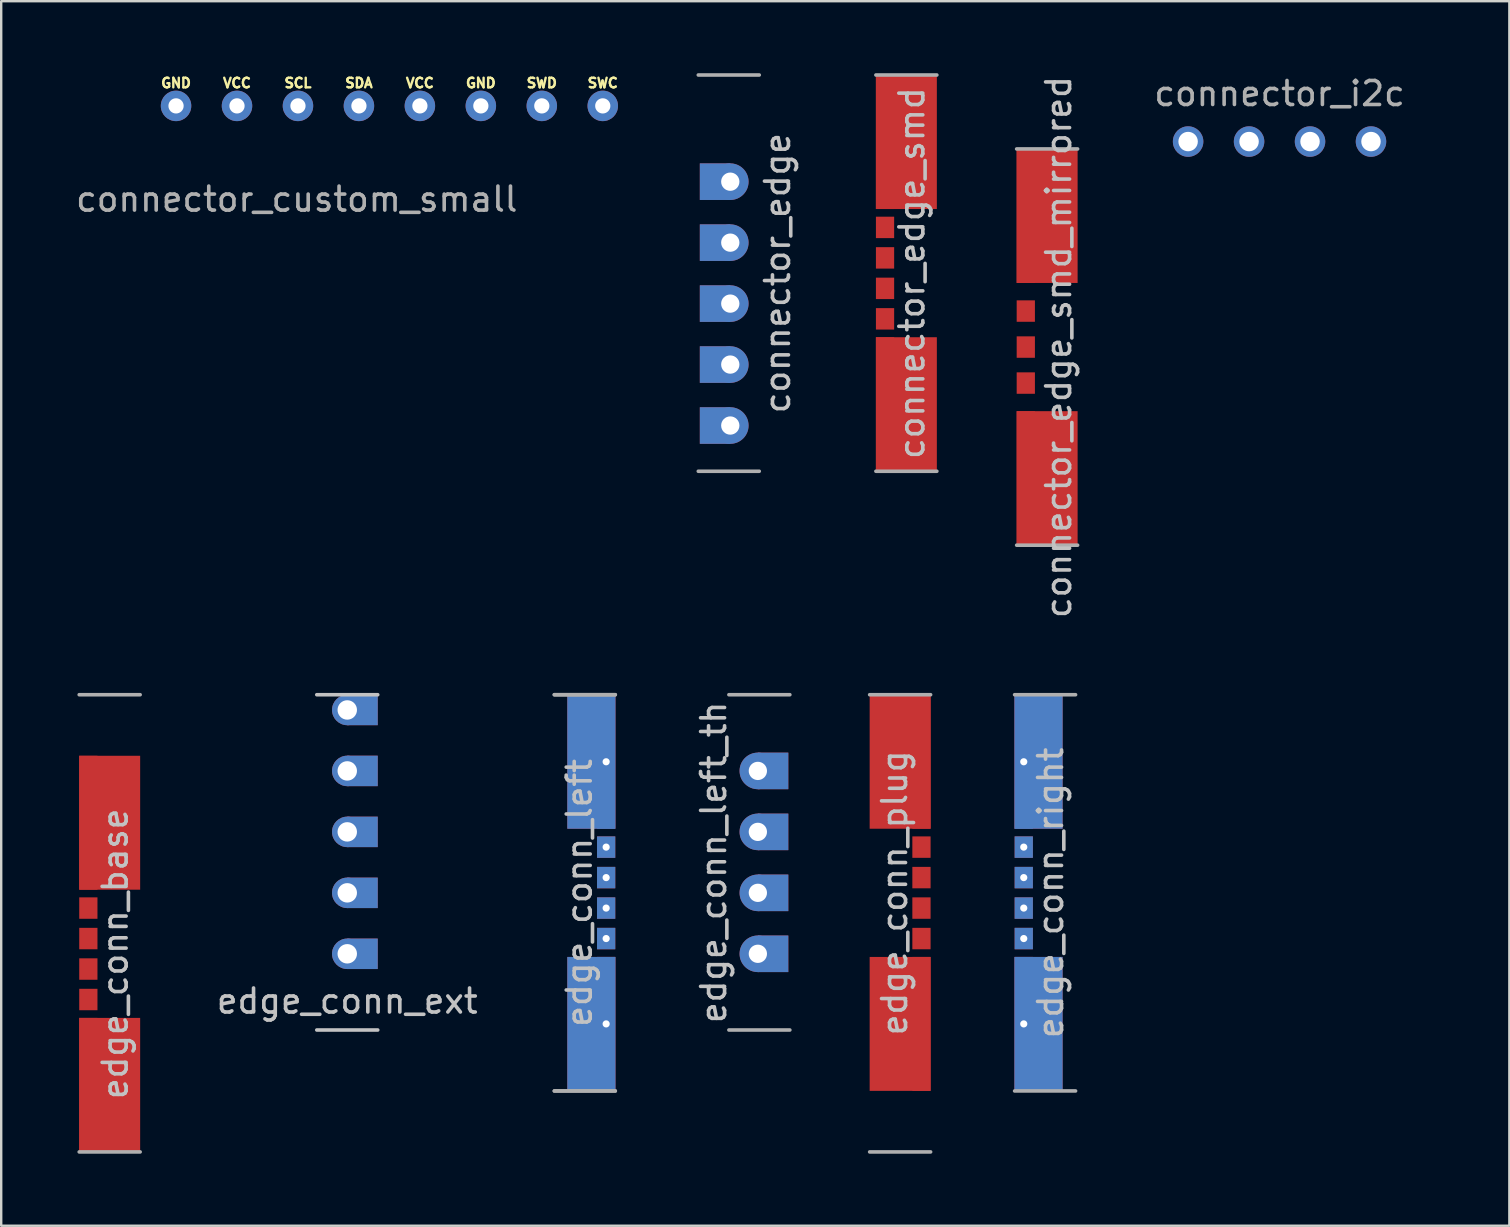
<source format=kicad_pcb>
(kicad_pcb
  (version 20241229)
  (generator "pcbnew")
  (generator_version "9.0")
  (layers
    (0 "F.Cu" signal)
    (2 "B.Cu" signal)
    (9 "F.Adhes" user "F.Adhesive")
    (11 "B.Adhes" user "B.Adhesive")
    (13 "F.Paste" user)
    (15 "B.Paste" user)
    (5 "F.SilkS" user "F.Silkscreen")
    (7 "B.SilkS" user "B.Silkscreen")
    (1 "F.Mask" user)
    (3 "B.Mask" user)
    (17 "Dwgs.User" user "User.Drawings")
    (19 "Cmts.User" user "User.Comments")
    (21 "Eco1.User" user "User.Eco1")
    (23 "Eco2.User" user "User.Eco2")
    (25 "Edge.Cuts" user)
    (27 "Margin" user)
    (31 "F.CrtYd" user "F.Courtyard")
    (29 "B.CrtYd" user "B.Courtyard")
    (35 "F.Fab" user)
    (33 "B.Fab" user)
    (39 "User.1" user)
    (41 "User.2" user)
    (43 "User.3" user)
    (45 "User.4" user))
  (footprint "connector_i2c"
    (layer "F.Cu")
    (at 50.264 2.848)
    (property "Reference" "connector_i2c" (at 0 -2 0) (layer "F.Fab") (effects (font (size 1 1) (thickness 0.15))))
    (attr through_hole)
    (fp_text user "" (at 6.35 0 0) (layer "F.SilkS") (effects (font (size 1 1) (thickness 0.15))))
    (pad "1" thru_hole circle (at -3.81 0) (size 1.27 1.27) (drill 0.81) (layers "*.Cu" "*.Mask"))
    (pad "2" thru_hole circle (at -1.27 0) (size 1.27 1.27) (drill 0.81) (layers "*.Cu" "*.Mask"))
    (pad "3" thru_hole circle (at 1.27 0) (size 1.27 1.27) (drill 0.81) (layers "*.Cu" "*.Mask"))
    (pad "4" thru_hole circle (at 3.81 0) (size 1.27 1.27) (drill 0.81) (layers "*.Cu" "*.Mask")))
  (footprint "connector_edge"
    (layer "F.Cu")
    (at 26.045 8.33)
    (property "Reference" "connector_edge" (at 3.302 0 90) (layer "Dwgs.User") (effects (font (size 1 1) (thickness 0.15))))
    (attr through_hole)
    (fp_line (start 0 -8.255) (end 2.54 -8.255) (stroke (width 0.15) (type solid)) (layer "F.Fab"))
    (fp_line (start 2.54 8.255) (end 0 8.255) (stroke (width 0.15) (type solid)) (layer "F.Fab"))
    (pad "1" smd rect (at 0.699 -3.81) (size 1.27 1.524) (layers "F.Cu" "F.Mask"))
    (pad "1" smd rect (at 0.699 -3.81) (size 1.27 1.524) (layers "B.Cu" "B.Mask"))
    (pad "1" thru_hole circle (at 1.333 -3.81) (size 1.524 1.524) (drill 0.762) (layers "*.Cu" "*.Mask"))
    (pad "2" smd rect (at 0.699 -1.27) (size 1.27 1.524) (layers "F.Cu" "F.Mask"))
    (pad "2" smd rect (at 0.699 -1.27) (size 1.27 1.524) (layers "B.Cu" "B.Mask"))
    (pad "2" thru_hole circle (at 1.333 -1.27) (size 1.524 1.524) (drill 0.762) (layers "*.Cu" "*.Mask"))
    (pad "3" smd rect (at 0.699 1.27) (size 1.27 1.524) (layers "F.Cu" "F.Mask"))
    (pad "3" smd rect (at 0.699 1.27) (size 1.27 1.524) (layers "B.Cu" "B.Mask"))
    (pad "3" thru_hole circle (at 1.333 1.27) (size 1.524 1.524) (drill 0.762) (layers "*.Cu" "*.Mask"))
    (pad "4" smd rect (at 0.699 3.81) (size 1.27 1.524) (layers "F.Cu" "F.Mask"))
    (pad "4" smd rect (at 0.699 3.81) (size 1.27 1.524) (layers "B.Cu" "B.Mask"))
    (pad "4" thru_hole circle (at 1.333 3.81) (size 1.524 1.524) (drill 0.762) (layers "*.Cu" "*.Mask"))
    (pad "5" smd rect (at 0.699 6.35) (size 1.27 1.524) (layers "F.Cu" "F.Mask"))
    (pad "5" smd rect (at 0.699 6.35) (size 1.27 1.524) (layers "B.Cu" "B.Mask"))
    (pad "5" thru_hole circle (at 1.333 6.35) (size 1.524 1.524) (drill 0.762) (layers "*.Cu" "*.Mask")))
  (footprint "edge_conn_right"
    (layer "F.Cu")
    (at 39.225 34.151)
    (property "Reference" "edge_conn_right" (at 1.5 0 90) (layer "Dwgs.User") (effects (font (size 1 1) (thickness 0.15))))
    (attr through_hole)
    (fp_line (start 0 -8.255) (end 2.54 -8.255) (stroke (width 0.15) (type solid)) (layer "F.Fab"))
    (fp_line (start 2.54 8.255) (end 0 8.255) (stroke (width 0.15) (type solid)) (layer "F.Fab"))
    (pad "1" thru_hole rect (at 0.381 -5.461) (size 0.76 5.58) (drill 0.3) (layers "*.Cu" "*.Mask"))
    (pad "1" thru_hole rect (at 0.381 5.461) (size 0.76 5.58) (drill 0.3) (layers "*.Cu" "*.Mask"))
    (pad "1" smd rect (at 1 -5.461) (size 2 5.58) (layers "F.Cu"))
    (pad "1" smd rect (at 1 -5.461) (size 2 5.58) (layers "B.Cu"))
    (pad "1" smd rect (at 1 5.461) (size 2 5.58) (layers "F.Cu"))
    (pad "1" smd rect (at 1 5.461) (size 2 5.58) (layers "B.Cu"))
    (pad "2" thru_hole rect (at 0.381 -1.905) (size 0.76 0.893) (drill 0.3) (layers "*.Cu" "*.Mask"))
    (pad "3" thru_hole rect (at 0.381 -0.635) (size 0.76 0.893) (drill 0.3) (layers "*.Cu" "*.Mask"))
    (pad "4" thru_hole rect (at 0.381 0.635) (size 0.76 0.893) (drill 0.3) (layers "*.Cu" "*.Mask"))
    (pad "5" thru_hole rect (at 0.381 1.905) (size 0.76 0.893) (drill 0.3) (layers "*.Cu" "*.Mask")))
  (footprint "edge_conn_ext"
    (layer "F.Cu")
    (at 12.689 32.881)
    (property "Reference" "edge_conn_ext" (at -1.27 5.779 180) (layer "Dwgs.User") (effects (font (size 1 1) (thickness 0.15))))
    (attr through_hole)
    (fp_line (start -2.54 -6.985) (end 0 -6.985) (stroke (width 0.15) (type solid)) (layer "Dwgs.User"))
    (fp_line (start 0 6.985) (end -2.54 6.985) (stroke (width 0.15) (type solid)) (layer "Dwgs.User"))
    (pad "1" thru_hole circle (at -1.27 -6.35 180) (size 1.27 1.27) (drill 0.81) (layers "*.Cu" "*.Mask"))
    (pad "1" smd rect (at -0.635 -6.35 180) (size 1.27 1.27) (layers "F.Cu" "F.Mask"))
    (pad "1" smd rect (at -0.635 -6.35 180) (size 1.27 1.27) (layers "B.Cu" "B.Mask"))
    (pad "2" thru_hole circle (at -1.27 -3.81 180) (size 1.27 1.27) (drill 0.81) (layers "*.Cu" "*.Mask"))
    (pad "2" smd rect (at -0.635 -3.81 180) (size 1.27 1.27) (layers "F.Cu" "F.Mask"))
    (pad "2" smd rect (at -0.635 -3.81 180) (size 1.27 1.27) (layers "B.Cu" "B.Mask"))
    (pad "3" thru_hole circle (at -1.27 -1.27 180) (size 1.27 1.27) (drill 0.81) (layers "*.Cu" "*.Mask"))
    (pad "3" smd rect (at -0.635 -1.27 180) (size 1.27 1.27) (layers "F.Cu" "F.Mask"))
    (pad "3" smd rect (at -0.635 -1.27 180) (size 1.27 1.27) (layers "B.Cu" "B.Mask"))
    (pad "4" thru_hole circle (at -1.27 1.27 180) (size 1.27 1.27) (drill 0.81) (layers "*.Cu" "*.Mask"))
    (pad "4" smd rect (at -0.635 1.27 180) (size 1.27 1.27) (layers "F.Cu" "F.Mask"))
    (pad "4" smd rect (at -0.635 1.27 180) (size 1.27 1.27) (layers "B.Cu" "B.Mask"))
    (pad "5" thru_hole circle (at -1.27 3.81 180) (size 1.27 1.27) (drill 0.81) (layers "*.Cu" "*.Mask"))
    (pad "5" smd rect (at -0.635 3.81 180) (size 1.27 1.27) (layers "F.Cu" "F.Mask"))
    (pad "5" smd rect (at -0.635 3.81 180) (size 1.27 1.27) (layers "B.Cu" "B.Mask")))
  (footprint "edge_conn_plug"
    (layer "F.Cu")
    (at 35.725 34.151)
    (property "Reference" "edge_conn_plug" (at -1.5 0 90) (layer "Dwgs.User") (effects (font (size 1 1) (thickness 0.15))))
    (attr through_hole)
    (fp_line (start -2.54 10.795) (end 0 10.795) (stroke (width 0.15) (type solid)) (layer "F.Fab"))
    (fp_line (start 0 -8.255) (end -2.54 -8.255) (stroke (width 0.15) (type solid)) (layer "F.Fab"))
    (pad "1" smd rect (at -1.27 -5.461) (size 2.54 5.58) (layers "F.Cu"))
    (pad "1" smd rect (at -1.27 5.461) (size 2.54 5.58) (layers "F.Cu"))
    (pad "1" smd rect (at -0.381 -5.461) (size 0.76 5.58) (layers "F.Cu" "F.Mask"))
    (pad "1" smd rect (at -0.381 5.461) (size 0.76 5.58) (layers "F.Cu" "F.Mask"))
    (pad "2" smd rect (at -0.381 -1.905) (size 0.76 0.893) (layers "F.Cu" "F.Mask"))
    (pad "3" smd rect (at -0.381 -0.635) (size 0.76 0.893) (layers "F.Cu" "F.Mask"))
    (pad "4" smd rect (at -0.381 0.635) (size 0.76 0.893) (layers "F.Cu" "F.Mask"))
    (pad "5" smd rect (at -0.381 1.905) (size 0.76 0.893) (layers "F.Cu" "F.Mask")))
  (footprint "edge_conn_base"
    (layer "F.Cu")
    (at 0.25 36.691)
    (property "Reference" "edge_conn_base" (at 1.5 0 90) (layer "Dwgs.User") (effects (font (size 1 1) (thickness 0.15))))
    (attr through_hole)
    (fp_line (start 0 -10.795) (end 2.54 -10.795) (stroke (width 0.15) (type solid)) (layer "F.Fab"))
    (fp_line (start 2.54 8.255) (end 0 8.255) (stroke (width 0.15) (type solid)) (layer "F.Fab"))
    (pad "1" smd rect (at 0.381 -5.461) (size 0.76 5.58) (layers "F.Cu" "F.Mask"))
    (pad "1" smd rect (at 0.381 5.461) (size 0.76 5.58) (layers "F.Cu" "F.Mask"))
    (pad "1" smd rect (at 1.27 -5.461) (size 2.54 5.58) (layers "F.Cu"))
    (pad "1" smd rect (at 1.27 5.461) (size 2.54 5.58) (layers "F.Cu"))
    (pad "2" smd rect (at 0.381 -1.905) (size 0.76 0.893) (layers "F.Cu" "F.Mask"))
    (pad "3" smd rect (at 0.381 -0.635) (size 0.76 0.893) (layers "F.Cu" "F.Mask"))
    (pad "4" smd rect (at 0.381 0.635) (size 0.76 0.893) (layers "F.Cu" "F.Mask"))
    (pad "5" smd rect (at 0.381 1.905) (size 0.76 0.893) (layers "F.Cu" "F.Mask")))
  (footprint "edge_conn_left"
    (layer "F.Cu")
    (at 22.587 34.151)
    (property "Reference" "edge_conn_left" (at -1.5 0 90) (layer "Dwgs.User") (effects (font (size 1 1) (thickness 0.15))))
    (attr through_hole)
    (fp_line (start -2.54 8.255) (end 0 8.255) (stroke (width 0.15) (type solid)) (layer "F.Fab"))
    (fp_line (start -2.54 8.255) (end 0 8.255) (stroke (width 0.15) (type solid)) (layer "F.Fab"))
    (fp_line (start 0 -8.255) (end -2.54 -8.255) (stroke (width 0.15) (type solid)) (layer "F.Fab"))
    (fp_line (start 0 -8.255) (end -2.54 -8.255) (stroke (width 0.15) (type solid)) (layer "F.Fab"))
    (pad "1" smd rect (at -1 -5.461) (size 2 5.58) (layers "F.Cu"))
    (pad "1" smd rect (at -1 -5.461) (size 2 5.58) (layers "B.Cu"))
    (pad "1" smd rect (at -1 5.461) (size 2 5.58) (layers "F.Cu"))
    (pad "1" smd rect (at -1 5.461) (size 2 5.58) (layers "B.Cu"))
    (pad "1" thru_hole rect (at -0.381 -5.461) (size 0.76 5.58) (drill 0.3) (layers "*.Cu" "*.Mask"))
    (pad "1" thru_hole rect (at -0.381 5.461) (size 0.76 5.58) (drill 0.3) (layers "*.Cu" "*.Mask"))
    (pad "2" thru_hole rect (at -0.381 -1.905) (size 0.76 0.893) (drill 0.3) (layers "*.Cu" "*.Mask"))
    (pad "3" thru_hole rect (at -0.381 -0.635) (size 0.76 0.893) (drill 0.3) (layers "*.Cu" "*.Mask"))
    (pad "4" thru_hole rect (at -0.381 0.635) (size 0.76 0.893) (drill 0.3) (layers "*.Cu" "*.Mask"))
    (pad "5" thru_hole rect (at -0.381 1.905) (size 0.76 0.893) (drill 0.3) (layers "*.Cu" "*.Mask")))
  (footprint "connector_edge_smd"
    (layer "F.Cu")
    (at 33.445 8.33)
    (property "Reference" "connector_edge_smd" (at 1.5 0 90) (layer "Dwgs.User") (effects (font (size 1 1) (thickness 0.15))))
    (attr through_hole)
    (fp_line (start 0 -8.255) (end 2.54 -8.255) (stroke (width 0.15) (type solid)) (layer "F.Fab"))
    (fp_line (start 2.54 8.255) (end 0 8.255) (stroke (width 0.15) (type solid)) (layer "F.Fab"))
    (pad "1" smd rect (at 0.381 -5.461) (size 0.76 5.58) (layers "F.Cu" "F.Mask"))
    (pad "1" smd rect (at 0.381 5.461) (size 0.76 5.58) (layers "F.Cu" "F.Mask"))
    (pad "1" smd rect (at 1.27 -5.461) (size 2.54 5.58) (layers "F.Cu"))
    (pad "1" smd rect (at 1.27 5.461) (size 2.54 5.58) (layers "F.Cu"))
    (pad "2" smd rect (at 0.381 -1.905) (size 0.76 0.893) (layers "F.Cu" "F.Mask"))
    (pad "3" smd rect (at 0.381 -0.635) (size 0.76 0.893) (layers "F.Cu" "F.Mask"))
    (pad "4" smd rect (at 0.381 0.635) (size 0.76 0.893) (layers "F.Cu" "F.Mask"))
    (pad "5" smd rect (at 0.381 1.905) (size 0.76 0.893) (layers "F.Cu" "F.Mask")))
  (footprint "edge_conn_left_th"
    (layer "F.Cu")
    (at 29.86 32.881)
    (property "Reference" "edge_conn_left_th" (at -3.175 0 270) (layer "Dwgs.User") (effects (font (size 1 1) (thickness 0.15))))
    (attr through_hole)
    (fp_line (start -2.54 -6.985) (end 0 -6.985) (stroke (width 0.15) (type solid)) (layer "F.Fab"))
    (fp_line (start 0 6.985) (end -2.54 6.985) (stroke (width 0.15) (type solid)) (layer "F.Fab"))
    (pad "1" thru_hole circle (at -1.333 -3.81 180) (size 1.524 1.524) (drill 0.762) (layers "*.Cu" "*.Mask"))
    (pad "1" smd rect (at -0.699 -3.81 180) (size 1.27 1.524) (layers "F.Cu" "F.Mask"))
    (pad "1" smd rect (at -0.699 -3.81 180) (size 1.27 1.524) (layers "B.Cu" "B.Mask"))
    (pad "2" thru_hole circle (at -1.333 -1.27 180) (size 1.524 1.524) (drill 0.762) (layers "*.Cu" "*.Mask"))
    (pad "2" smd rect (at -0.699 -1.27 180) (size 1.27 1.524) (layers "F.Cu" "F.Mask"))
    (pad "2" smd rect (at -0.699 -1.27 180) (size 1.27 1.524) (layers "B.Cu" "B.Mask"))
    (pad "3" thru_hole circle (at -1.333 1.27 180) (size 1.524 1.524) (drill 0.762) (layers "*.Cu" "*.Mask"))
    (pad "3" smd rect (at -0.699 1.27 180) (size 1.27 1.524) (layers "F.Cu" "F.Mask"))
    (pad "3" smd rect (at -0.699 1.27 180) (size 1.27 1.524) (layers "B.Cu" "B.Mask"))
    (pad "4" thru_hole circle (at -1.333 3.81 180) (size 1.524 1.524) (drill 0.762) (layers "*.Cu" "*.Mask"))
    (pad "4" smd rect (at -0.699 3.81 180) (size 1.27 1.524) (layers "F.Cu" "F.Mask"))
    (pad "4" smd rect (at -0.699 3.81 180) (size 1.27 1.524) (layers "B.Cu" "B.Mask")))
  (footprint "connector_custom_small"
    (layer "F.Cu")
    (at 9.365 1.298)
    (property "Reference" "connector_custom_small" (at -0.05 3.95 0) (layer "F.Fab") (effects (font (size 1 1) (thickness 0.15))))
    (attr through_hole)
    (fp_text user "GND" (at 7.62 -0.889 0) (layer "F.SilkS") (effects (font (size 0.4 0.4) (thickness 0.1))))
    (fp_text user "SWC" (at 12.7 -0.889 0) (layer "F.SilkS") (effects (font (size 0.4 0.4) (thickness 0.1))))
    (fp_text user "" (at -5.08 0.064 0) (layer "F.SilkS") (effects (font (size 1 1) (thickness 0.15))))
    (fp_text user "GND" (at -5.08 -0.889 0) (layer "F.SilkS") (effects (font (size 0.4 0.4) (thickness 0.1))))
    (fp_text user "VCC" (at -2.54 -0.889 0) (layer "F.SilkS") (effects (font (size 0.4 0.4) (thickness 0.1))))
    (fp_text user "" (at 12.7 0.064 0) (layer "F.SilkS") (effects (font (size 1 1) (thickness 0.15))))
    (fp_text user "" (at 10.16 0.064 0) (layer "F.SilkS") (effects (font (size 1 1) (thickness 0.15))))
    (fp_text user "SDA" (at 2.54 -0.889 0) (layer "F.SilkS") (effects (font (size 0.4 0.4) (thickness 0.1))))
    (fp_text user "VCC" (at 5.08 -0.889 0) (layer "F.SilkS") (effects (font (size 0.4 0.4) (thickness 0.1))))
    (fp_text user "" (at 10.16 0.064 0) (layer "F.SilkS") (effects (font (size 1 1) (thickness 0.15))))
    (fp_text user "" (at 12.7 0.064 0) (layer "F.SilkS") (effects (font (size 1 1) (thickness 0.15))))
    (fp_text user "SWD" (at 10.16 -0.889 0) (layer "F.SilkS") (effects (font (size 0.4 0.4) (thickness 0.1))))
    (fp_text user "SCL" (at 0 -0.889 0) (layer "F.SilkS") (effects (font (size 0.4 0.4) (thickness 0.1))))
    (pad "1" thru_hole circle (at -5.08 0.064) (size 1.27 1.27) (drill 0.635) (layers "*.Cu" "*.Mask"))
    (pad "2" thru_hole circle (at -2.54 0.064) (size 1.27 1.27) (drill 0.635) (layers "*.Cu" "*.Mask"))
    (pad "3" thru_hole circle (at 0 0.064) (size 1.27 1.27) (drill 0.635) (layers "*.Cu" "*.Mask"))
    (pad "4" thru_hole circle (at 2.54 0.064) (size 1.27 1.27) (drill 0.635) (layers "*.Cu" "*.Mask"))
    (pad "5" thru_hole circle (at 5.08 0.064) (size 1.27 1.27) (drill 0.635) (layers "*.Cu" "*.Mask"))
    (pad "6" thru_hole circle (at 7.62 0.064) (size 1.27 1.27) (drill 0.635) (layers "*.Cu" "*.Mask"))
    (pad "7" thru_hole circle (at 10.16 0.064) (size 1.27 1.27) (drill 0.635) (layers "*.Cu" "*.Mask"))
    (pad "8" thru_hole circle (at 12.7 0.064) (size 1.27 1.27) (drill 0.635) (layers "*.Cu" "*.Mask")))
  (footprint "connector_edge_smd_mirrored"
    (layer "F.Cu")
    (at 39.31 11.411)
    (property "Reference" "connector_edge_smd_mirrored" (at 1.75 0 90) (layer "Dwgs.User") (effects (font (size 1 1) (thickness 0.15))))
    (attr through_hole)
    (fp_line (start 0 -8.255) (end 2.54 -8.255) (stroke (width 0.15) (type solid)) (layer "F.Fab"))
    (fp_line (start 2.54 8.255) (end 0 8.255) (stroke (width 0.15) (type solid)) (layer "F.Fab"))
    (pad "1" smd rect (at 0.381 -5.461) (size 0.76 5.58) (layers "F.Cu" "F.Mask"))
    (pad "1" smd rect (at 0.381 5.461) (size 0.76 5.58) (layers "F.Cu" "F.Mask"))
    (pad "1" smd rect (at 1.27 -5.461) (size 2.54 5.58) (layers "F.Cu"))
    (pad "1" smd rect (at 1.27 5.461) (size 2.54 5.58) (layers "F.Cu"))
    (pad "2" smd rect (at 0.381 1.5) (size 0.76 0.893) (layers "F.Cu" "F.Mask"))
    (pad "3" smd rect (at 0.381 0) (size 0.76 0.893) (layers "F.Cu" "F.Mask"))
    (pad "4" smd rect (at 0.381 -1.5) (size 0.76 0.893) (layers "F.Cu" "F.Mask")))
  (gr_rect
    (start -3 -3)
    (end 59.839 48.021)
    (stroke (width 0.1) (type default))
    (fill no)
    (layer "Edge.Cuts")))
</source>
